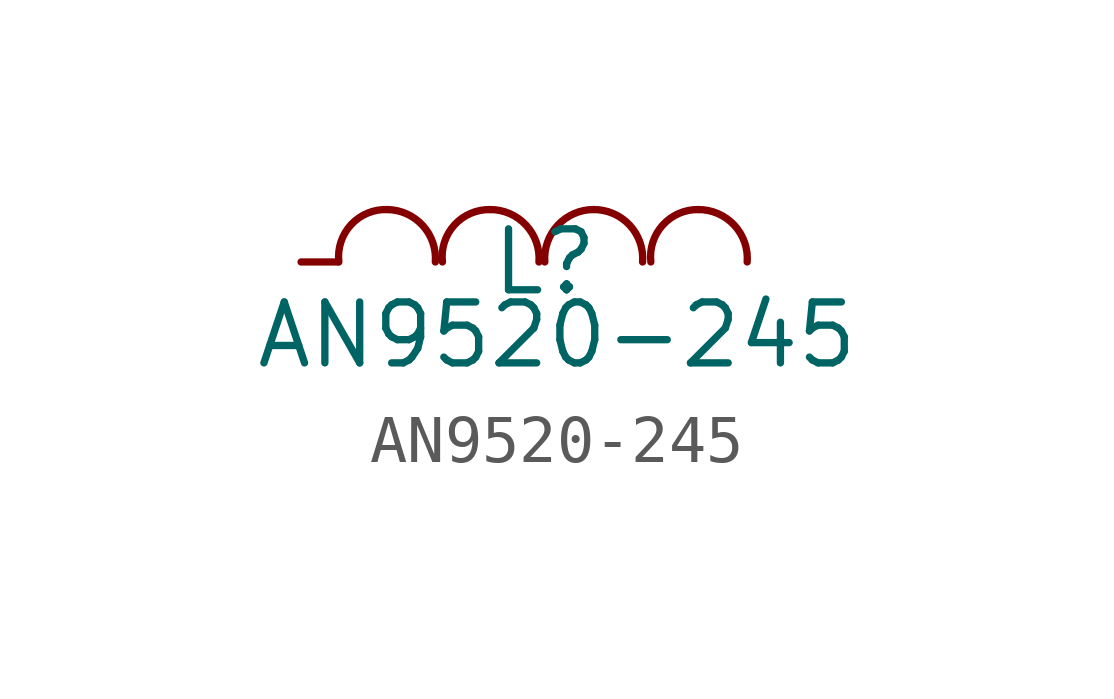
<source format=kicad_sym>
(kicad_symbol_lib
  (version 20211014)
  (generator kicad_symbol_editor)
  (symbol "AN9520-245"
    (pin_numbers hide)
    (pin_names
      (offset 1.016) hide)
    (property "Reference" "L"
      (at 0 0 0)
      (effects (font (size 1.27 1.27))))
    (property "Value" "AN9520-245"
      (at 0.254 -1.524 0)
      (effects (font (size 1.27 1.27))))
    (symbol "AN9520-245_1_1"
      (arc (start -3.2766 1.0922) (mid -4.039 0.776) (end -4.2926 0) (stroke (width 0) (type default) (color 0 0 0 0)) (fill (type none)))
      (arc (start -2.286 0) (mid -2.5465 0.7598) (end -3.2766 1.0922) (stroke (width 0) (type default) (color 0 0 0 0)) (fill (type none)))
      (arc (start -1.143 1.0922) (mid -1.8885 0.7665) (end -2.1336 0) (stroke (width 0) (type default) (color 0 0 0 0)) (fill (type none)))
      (arc (start -0.127 0) (mid -0.3961 0.7692) (end -1.143 1.0922) (stroke (width 0) (type default) (color 0 0 0 0)) (fill (type none)))
      (arc (start 1.016 1.0922) (mid 0.2712 0.7672) (end 0 0) (stroke (width 0) (type default) (color 0 0 0 0)) (fill (type none)))
      (arc (start 2.032 0) (mid 1.7629 0.7692) (end 1.016 1.0922) (stroke (width 0) (type default) (color 0 0 0 0)) (fill (type none)))
      (arc (start 3.2004 1.0922) (mid 2.4549 0.7665) (end 2.2098 0) (stroke (width 0) (type default) (color 0 0 0 0)) (fill (type none)))
      (arc (start 4.2164 0) (mid 3.9473 0.7692) (end 3.2004 1.0922) (stroke (width 0) (type default) (color 0 0 0 0)) (fill (type none)))
      (pin bidirectional line (at -5.08 0 0) (length 0.762) (name "1" (effects (font (size 1.27 1.27)))) (number "1" (effects (font (size 1.27 1.27)))))
      (pin no_connect line (at 5.08 0 180) (length 0.762) hide (name "2" (effects (font (size 1.27 1.27)))) (number "2" (effects (font (size 1.27 1.27))))))))
</source>
